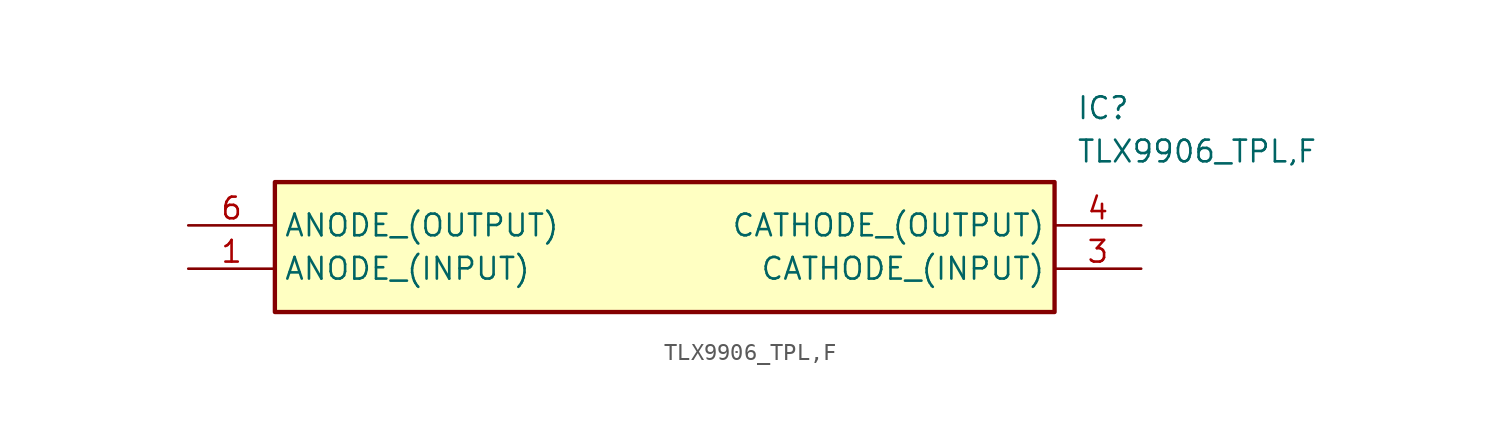
<source format=kicad_sym>
(kicad_symbol_lib
  (version 20211014)
  (generator SamacSys_ECAD_Model)
  (symbol "TLX9906_TPL,F"
    (property "Reference" "IC"
      (at 52.07 7.62 0)
      (effects (font (size 1.27 1.27)) (justify left top)))
    (property "Value" "TLX9906_TPL,F"
      (at 52.07 5.08 0)
      (effects (font (size 1.27 1.27)) (justify left top)))
    (rectangle
      (start 5.08 2.54)
      (end 50.8 -5.08)
      (stroke (width 0.254) (type default))
      (fill (type background)))
    (pin passive line
      (at 0 -2.54 0)
      (length 5.08)
      (name "ANODE_(INPUT)" (effects (font (size 1.27 1.27))))
      (number "1" (effects (font (size 1.27 1.27)))))
    (pin passive line
      (at 55.88 -2.54 180)
      (length 5.08)
      (name "CATHODE_(INPUT)" (effects (font (size 1.27 1.27))))
      (number "3" (effects (font (size 1.27 1.27)))))
    (pin passive line
      (at 55.88 0 180)
      (length 5.08)
      (name "CATHODE_(OUTPUT)" (effects (font (size 1.27 1.27))))
      (number "4" (effects (font (size 1.27 1.27)))))
    (pin passive line
      (at 0 0 0)
      (length 5.08)
      (name "ANODE_(OUTPUT)" (effects (font (size 1.27 1.27))))
      (number "6" (effects (font (size 1.27 1.27)))))))
</source>
